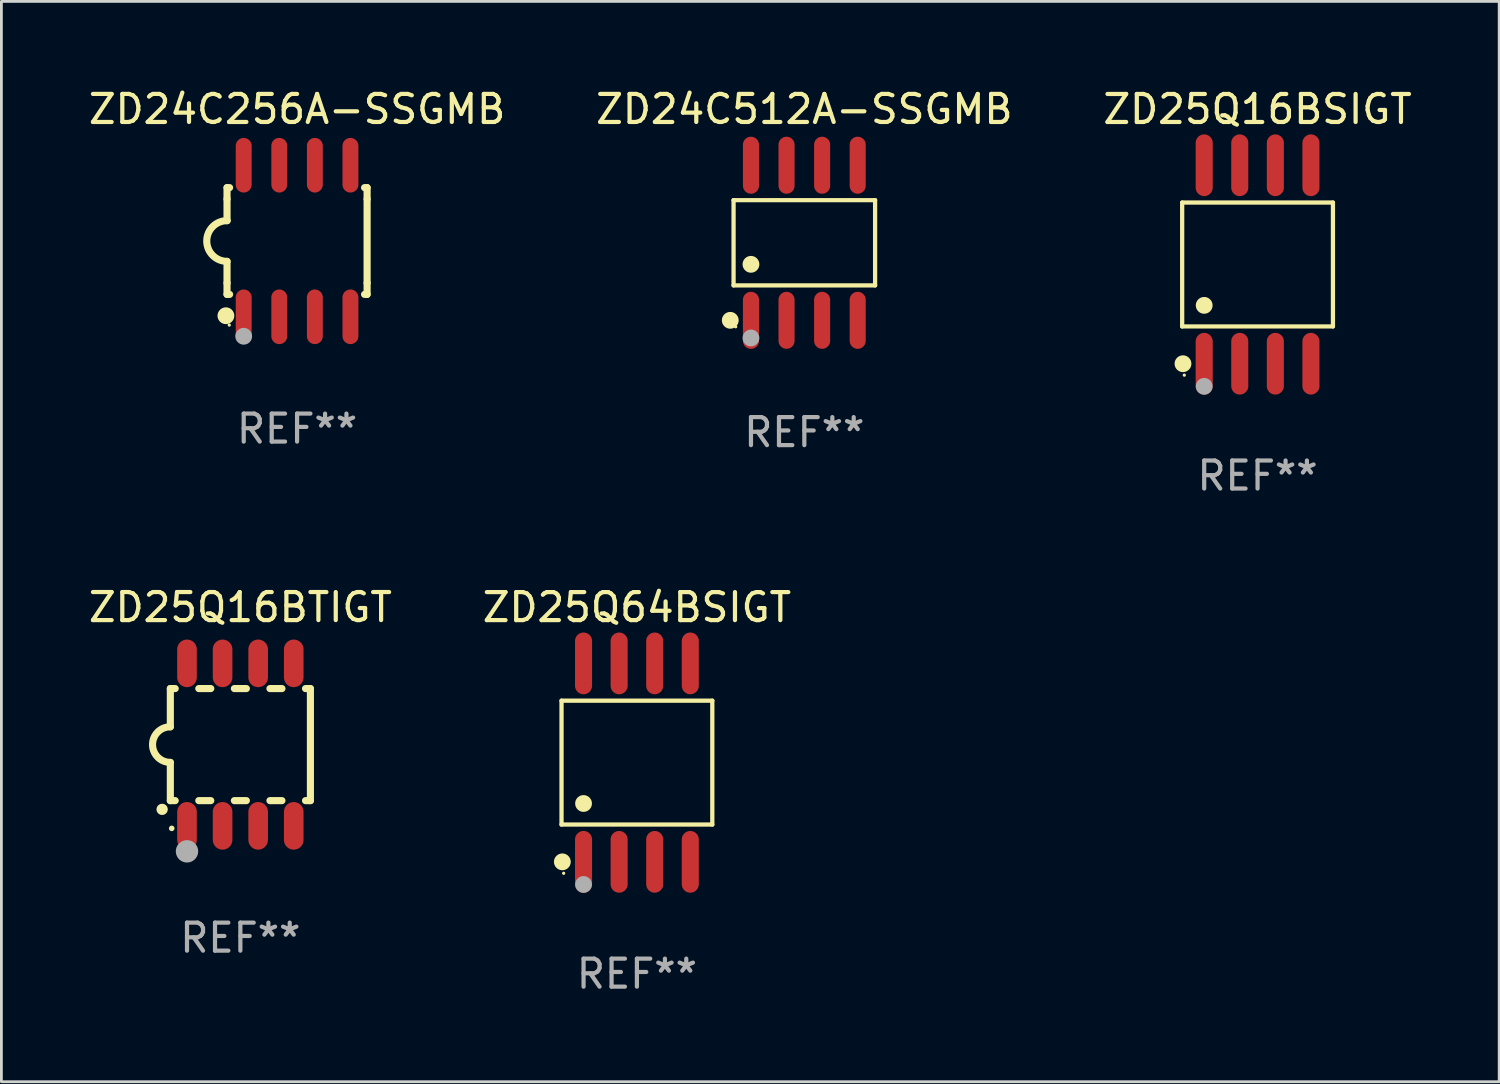
<source format=kicad_pcb>
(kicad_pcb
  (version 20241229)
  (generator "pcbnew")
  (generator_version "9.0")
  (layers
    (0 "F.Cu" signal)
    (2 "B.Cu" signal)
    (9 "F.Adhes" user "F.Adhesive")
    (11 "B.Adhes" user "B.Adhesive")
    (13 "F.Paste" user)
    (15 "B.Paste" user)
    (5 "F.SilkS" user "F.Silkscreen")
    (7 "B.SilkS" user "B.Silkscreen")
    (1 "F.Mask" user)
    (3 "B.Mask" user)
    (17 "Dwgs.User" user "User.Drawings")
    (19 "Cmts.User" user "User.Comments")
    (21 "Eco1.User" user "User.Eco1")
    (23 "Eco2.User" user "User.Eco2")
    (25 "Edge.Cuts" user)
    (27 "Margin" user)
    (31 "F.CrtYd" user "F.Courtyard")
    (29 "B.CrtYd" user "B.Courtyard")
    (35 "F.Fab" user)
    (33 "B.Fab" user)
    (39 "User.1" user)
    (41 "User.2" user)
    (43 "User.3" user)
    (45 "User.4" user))
  (footprint "ZD24C512A-SSGMB"
    (layer "F.Cu")
    (at 25.661 5.616)
    (property "Reference" "ZD24C512A-SSGMB" (at 0 -4.768 0) (layer "F.SilkS") (effects (font (size 1 1) (thickness 0.15))))
    (attr through_hole)
    (fp_line (start -2.526 -1.521) (end 2.526 -1.521) (stroke (width 0.152) (type solid)) (layer "F.SilkS"))
    (fp_line (start -2.526 1.521) (end -2.526 -1.521) (stroke (width 0.152) (type solid)) (layer "F.SilkS"))
    (fp_line (start 2.526 -1.521) (end 2.526 1.521) (stroke (width 0.152) (type solid)) (layer "F.SilkS"))
    (fp_line (start 2.526 1.521) (end -2.526 1.521) (stroke (width 0.152) (type solid)) (layer "F.SilkS"))
    (fp_circle (center -2.644 2.768) (end -2.494 2.768) (stroke (width 0.3) (type solid)) (fill no) (layer "F.SilkS"))
    (fp_circle (center -2.45 2.998) (end -2.42 2.998) (stroke (width 0.06) (type solid)) (fill no) (layer "F.SilkS"))
    (fp_circle (center -1.905 0.769) (end -1.755 0.769) (stroke (width 0.3) (type solid)) (fill no) (layer "F.SilkS"))
    (fp_circle (center -1.905 3.398) (end -1.755 3.398) (stroke (width 0.3) (type solid)) (fill no) (layer "F.Fab"))
    (fp_text user "REF**" (at 0 6.768 0) (layer "F.Fab") (effects (font (size 1 1) (thickness 0.15))))
    (pad "1" smd oval (at -1.905 2.768) (size 0.574 2.036) (layers "F.Cu" "F.Mask" "F.Paste"))
    (pad "2" smd oval (at -0.635 2.768) (size 0.574 2.036) (layers "F.Cu" "F.Mask" "F.Paste"))
    (pad "3" smd oval (at 0.635 2.768) (size 0.574 2.036) (layers "F.Cu" "F.Mask" "F.Paste"))
    (pad "4" smd oval (at 1.905 2.768) (size 0.574 2.036) (layers "F.Cu" "F.Mask" "F.Paste"))
    (pad "5" smd oval (at 1.905 -2.768) (size 0.574 2.036) (layers "F.Cu" "F.Mask" "F.Paste"))
    (pad "6" smd oval (at 0.635 -2.768) (size 0.574 2.036) (layers "F.Cu" "F.Mask" "F.Paste"))
    (pad "7" smd oval (at -0.635 -2.768) (size 0.574 2.036) (layers "F.Cu" "F.Mask" "F.Paste"))
    (pad "8" smd oval (at -1.905 -2.768) (size 0.574 2.036) (layers "F.Cu" "F.Mask" "F.Paste")))
  (footprint "ZD24C256A-SSGMB"
    (layer "F.Cu")
    (at 7.554 5.553)
    (property "Reference" "ZD24C256A-SSGMB" (at 0 -4.705 0) (layer "F.SilkS") (effects (font (size 1 1) (thickness 0.15))))
    (attr through_hole)
    (fp_line (start -2.5 -1.905) (end -2.409 -1.905) (stroke (width 0.254) (type solid)) (layer "F.SilkS"))
    (fp_line (start -2.5 -1.5) (end -2.5 -1.905) (stroke (width 0.254) (type solid)) (layer "F.SilkS"))
    (fp_line (start -2.5 -1.5) (end -2.5 -0.726) (stroke (width 0.254) (type solid)) (layer "F.SilkS"))
    (fp_line (start -2.5 1.5) (end -2.5 0.727) (stroke (width 0.254) (type solid)) (layer "F.SilkS"))
    (fp_line (start -2.5 1.5) (end -2.5 1.905) (stroke (width 0.254) (type solid)) (layer "F.SilkS"))
    (fp_line (start -2.5 1.905) (end -2.409 1.905) (stroke (width 0.254) (type solid)) (layer "F.SilkS"))
    (fp_line (start 2.5 -1.905) (end 2.409 -1.905) (stroke (width 0.254) (type solid)) (layer "F.SilkS"))
    (fp_line (start 2.5 -1.5) (end 2.5 -1.905) (stroke (width 0.254) (type solid)) (layer "F.SilkS"))
    (fp_line (start 2.5 -1.5) (end 2.5 1.5) (stroke (width 0.254) (type solid)) (layer "F.SilkS"))
    (fp_line (start 2.5 1.5) (end 2.5 1.905) (stroke (width 0.254) (type solid)) (layer "F.SilkS"))
    (fp_line (start 2.5 1.905) (end 2.409 1.905) (stroke (width 0.254) (type solid)) (layer "F.SilkS"))
    (fp_arc (start -2.5 0.726568) (mid -3.220316 -0.0023) (end -2.495097 -0.726289) (stroke (width 0.254001) (type solid)) (layer "F.SilkS"))
    (fp_circle (center -2.54 2.667) (end -2.39 2.667) (stroke (width 0.3) (type solid)) (fill no) (layer "F.SilkS"))
    (fp_circle (center -2.42 3) (end -2.39 3) (stroke (width 0.06) (type solid)) (fill no) (layer "F.SilkS"))
    (fp_circle (center -1.905 3.4) (end -1.755 3.4) (stroke (width 0.3) (type solid)) (fill no) (layer "F.Fab"))
    (fp_text user "REF**" (at 0 6.705 0) (layer "F.Fab") (effects (font (size 1 1) (thickness 0.15))))
    (pad "1" smd oval (at -1.905 2.705) (size 0.568 1.95) (layers "F.Cu" "F.Mask" "F.Paste"))
    (pad "2" smd oval (at -0.635 2.705) (size 0.568 1.95) (layers "F.Cu" "F.Mask" "F.Paste"))
    (pad "3" smd oval (at 0.635 2.705) (size 0.568 1.95) (layers "F.Cu" "F.Mask" "F.Paste"))
    (pad "4" smd oval (at 1.905 2.705) (size 0.568 1.95) (layers "F.Cu" "F.Mask" "F.Paste"))
    (pad "5" smd oval (at 1.905 -2.705) (size 0.568 1.95) (layers "F.Cu" "F.Mask" "F.Paste"))
    (pad "6" smd oval (at 0.635 -2.705) (size 0.568 1.95) (layers "F.Cu" "F.Mask" "F.Paste"))
    (pad "7" smd oval (at -0.635 -2.705) (size 0.568 1.95) (layers "F.Cu" "F.Mask" "F.Paste"))
    (pad "8" smd oval (at -1.905 -2.705) (size 0.568 1.95) (layers "F.Cu" "F.Mask" "F.Paste")))
  (footprint "ZD25Q16BTIGT"
    (layer "F.Cu")
    (at 5.53 23.529)
    (property "Reference" "ZD25Q16BTIGT" (at 0 -4.9 0) (layer "F.SilkS") (effects (font (size 1 1) (thickness 0.15))))
    (attr through_hole)
    (fp_line (start -2.5 -2) (end -2.5 -0.635) (stroke (width 0.254) (type solid)) (layer "F.SilkS"))
    (fp_line (start -2.5 -2) (end -2.326 -2) (stroke (width 0.254) (type solid)) (layer "F.SilkS"))
    (fp_line (start -2.5 2) (end -2.5 0.635) (stroke (width 0.254) (type solid)) (layer "F.SilkS"))
    (fp_line (start -2.5 2) (end -2.326 2) (stroke (width 0.254) (type solid)) (layer "F.SilkS"))
    (fp_line (start -1.484 -2) (end -1.056 -2) (stroke (width 0.254) (type solid)) (layer "F.SilkS"))
    (fp_line (start -1.484 2) (end -1.056 2) (stroke (width 0.254) (type solid)) (layer "F.SilkS"))
    (fp_line (start -0.214 -2) (end 0.214 -2) (stroke (width 0.254) (type solid)) (layer "F.SilkS"))
    (fp_line (start -0.214 2) (end 0.214 2) (stroke (width 0.254) (type solid)) (layer "F.SilkS"))
    (fp_line (start 1.056 -2) (end 1.484 -2) (stroke (width 0.254) (type solid)) (layer "F.SilkS"))
    (fp_line (start 1.056 2) (end 1.484 2) (stroke (width 0.254) (type solid)) (layer "F.SilkS"))
    (fp_line (start 2.326 -2) (end 2.5 -2) (stroke (width 0.254) (type solid)) (layer "F.SilkS"))
    (fp_line (start 2.326 2) (end 2.5 2) (stroke (width 0.254) (type solid)) (layer "F.SilkS"))
    (fp_line (start 2.5 -2) (end 2.5 2) (stroke (width 0.254) (type solid)) (layer "F.SilkS"))
    (fp_arc (start -2.794006 2.311405) (mid -2.792736 2.311401) (end -2.791466 2.311405) (stroke (width 0.4) (type solid)) (layer "F.SilkS"))
    (fp_arc (start -2.5 0.635001) (mid -3.134366 -0.000318) (end -2.499365 -0.635001) (stroke (width 0.254001) (type solid)) (layer "F.SilkS"))
    (fp_circle (center -2.45 2.99) (end -2.4 2.99) (stroke (width 0.1) (type solid)) (fill no) (layer "F.SilkS"))
    (fp_circle (center -1.905 3.81) (end -1.705 3.81) (stroke (width 0.4) (type solid)) (fill no) (layer "F.Fab"))
    (fp_text user "REF**" (at 0 6.9 0) (layer "F.Fab") (effects (font (size 1 1) (thickness 0.15))))
    (pad "1" smd oval (at -1.905 2.9 180) (size 0.7 1.7) (layers "F.Cu" "F.Mask" "F.Paste"))
    (pad "2" smd oval (at -0.635 2.9 180) (size 0.7 1.7) (layers "F.Cu" "F.Mask" "F.Paste"))
    (pad "3" smd oval (at 0.635 2.9 180) (size 0.7 1.7) (layers "F.Cu" "F.Mask" "F.Paste"))
    (pad "4" smd oval (at 1.905 2.9 180) (size 0.7 1.7) (layers "F.Cu" "F.Mask" "F.Paste"))
    (pad "5" smd oval (at 1.905 -2.9 180) (size 0.7 1.7) (layers "F.Cu" "F.Mask" "F.Paste"))
    (pad "6" smd oval (at 0.635 -2.9 180) (size 0.7 1.7) (layers "F.Cu" "F.Mask" "F.Paste"))
    (pad "7" smd oval (at -0.635 -2.9 180) (size 0.7 1.7) (layers "F.Cu" "F.Mask" "F.Paste"))
    (pad "8" smd oval (at -1.905 -2.9 180) (size 0.7 1.7) (layers "F.Cu" "F.Mask" "F.Paste")))
  (footprint "ZD25Q16BSIGT"
    (layer "F.Cu")
    (at 41.839 6.391)
    (property "Reference" "ZD25Q16BSIGT" (at 0 -5.542 0) (layer "F.SilkS") (effects (font (size 1 1) (thickness 0.15))))
    (attr through_hole)
    (fp_line (start -2.691 -2.211) (end 2.691 -2.211) (stroke (width 0.152) (type solid)) (layer "F.SilkS"))
    (fp_line (start -2.691 2.211) (end -2.691 -2.211) (stroke (width 0.152) (type solid)) (layer "F.SilkS"))
    (fp_line (start 2.691 -2.211) (end 2.691 2.211) (stroke (width 0.152) (type solid)) (layer "F.SilkS"))
    (fp_line (start 2.691 2.211) (end -2.691 2.211) (stroke (width 0.152) (type solid)) (layer "F.SilkS"))
    (fp_circle (center -2.662 3.542) (end -2.512 3.542) (stroke (width 0.3) (type solid)) (fill no) (layer "F.SilkS"))
    (fp_circle (center -2.615 3.95) (end -2.585 3.95) (stroke (width 0.06) (type solid)) (fill no) (layer "F.SilkS"))
    (fp_circle (center -1.905 1.459) (end -1.755 1.459) (stroke (width 0.3) (type solid)) (fill no) (layer "F.SilkS"))
    (fp_circle (center -1.905 4.35) (end -1.755 4.35) (stroke (width 0.3) (type solid)) (fill no) (layer "F.Fab"))
    (fp_text user "REF**" (at 0 7.542 0) (layer "F.Fab") (effects (font (size 1 1) (thickness 0.15))))
    (pad "1" smd oval (at -1.905 3.542) (size 0.609 2.204) (layers "F.Cu" "F.Mask" "F.Paste"))
    (pad "2" smd oval (at -0.635 3.542) (size 0.609 2.204) (layers "F.Cu" "F.Mask" "F.Paste"))
    (pad "3" smd oval (at 0.635 3.542) (size 0.609 2.204) (layers "F.Cu" "F.Mask" "F.Paste"))
    (pad "4" smd oval (at 1.905 3.542) (size 0.609 2.204) (layers "F.Cu" "F.Mask" "F.Paste"))
    (pad "5" smd oval (at 1.905 -3.542) (size 0.609 2.204) (layers "F.Cu" "F.Mask" "F.Paste"))
    (pad "6" smd oval (at 0.635 -3.542) (size 0.609 2.204) (layers "F.Cu" "F.Mask" "F.Paste"))
    (pad "7" smd oval (at -0.635 -3.542) (size 0.609 2.204) (layers "F.Cu" "F.Mask" "F.Paste"))
    (pad "8" smd oval (at -1.905 -3.542) (size 0.609 2.204) (layers "F.Cu" "F.Mask" "F.Paste")))
  (footprint "ZD25Q64BSIGT"
    (layer "F.Cu")
    (at 19.685 24.172)
    (property "Reference" "ZD25Q64BSIGT" (at 0 -5.542 0) (layer "F.SilkS") (effects (font (size 1 1) (thickness 0.15))))
    (attr through_hole)
    (fp_line (start -2.691 -2.211) (end 2.691 -2.211) (stroke (width 0.152) (type solid)) (layer "F.SilkS"))
    (fp_line (start -2.691 2.211) (end -2.691 -2.211) (stroke (width 0.152) (type solid)) (layer "F.SilkS"))
    (fp_line (start 2.691 -2.211) (end 2.691 2.211) (stroke (width 0.152) (type solid)) (layer "F.SilkS"))
    (fp_line (start 2.691 2.211) (end -2.691 2.211) (stroke (width 0.152) (type solid)) (layer "F.SilkS"))
    (fp_circle (center -2.662 3.542) (end -2.512 3.542) (stroke (width 0.3) (type solid)) (fill no) (layer "F.SilkS"))
    (fp_circle (center -2.615 3.95) (end -2.585 3.95) (stroke (width 0.06) (type solid)) (fill no) (layer "F.SilkS"))
    (fp_circle (center -1.905 1.459) (end -1.755 1.459) (stroke (width 0.3) (type solid)) (fill no) (layer "F.SilkS"))
    (fp_circle (center -1.905 4.35) (end -1.755 4.35) (stroke (width 0.3) (type solid)) (fill no) (layer "F.Fab"))
    (fp_text user "REF**" (at 0 7.542 0) (layer "F.Fab") (effects (font (size 1 1) (thickness 0.15))))
    (pad "1" smd oval (at -1.905 3.542) (size 0.609 2.204) (layers "F.Cu" "F.Mask" "F.Paste"))
    (pad "2" smd oval (at -0.635 3.542) (size 0.609 2.204) (layers "F.Cu" "F.Mask" "F.Paste"))
    (pad "3" smd oval (at 0.635 3.542) (size 0.609 2.204) (layers "F.Cu" "F.Mask" "F.Paste"))
    (pad "4" smd oval (at 1.905 3.542) (size 0.609 2.204) (layers "F.Cu" "F.Mask" "F.Paste"))
    (pad "5" smd oval (at 1.905 -3.542) (size 0.609 2.204) (layers "F.Cu" "F.Mask" "F.Paste"))
    (pad "6" smd oval (at 0.635 -3.542) (size 0.609 2.204) (layers "F.Cu" "F.Mask" "F.Paste"))
    (pad "7" smd oval (at -0.635 -3.542) (size 0.609 2.204) (layers "F.Cu" "F.Mask" "F.Paste"))
    (pad "8" smd oval (at -1.905 -3.542) (size 0.609 2.204) (layers "F.Cu" "F.Mask" "F.Paste")))
  (gr_rect
    (start -3 -3)
    (end 50.464 35.562)
    (stroke (width 0.1) (type default))
    (fill no)
    (layer "Edge.Cuts")))
</source>
